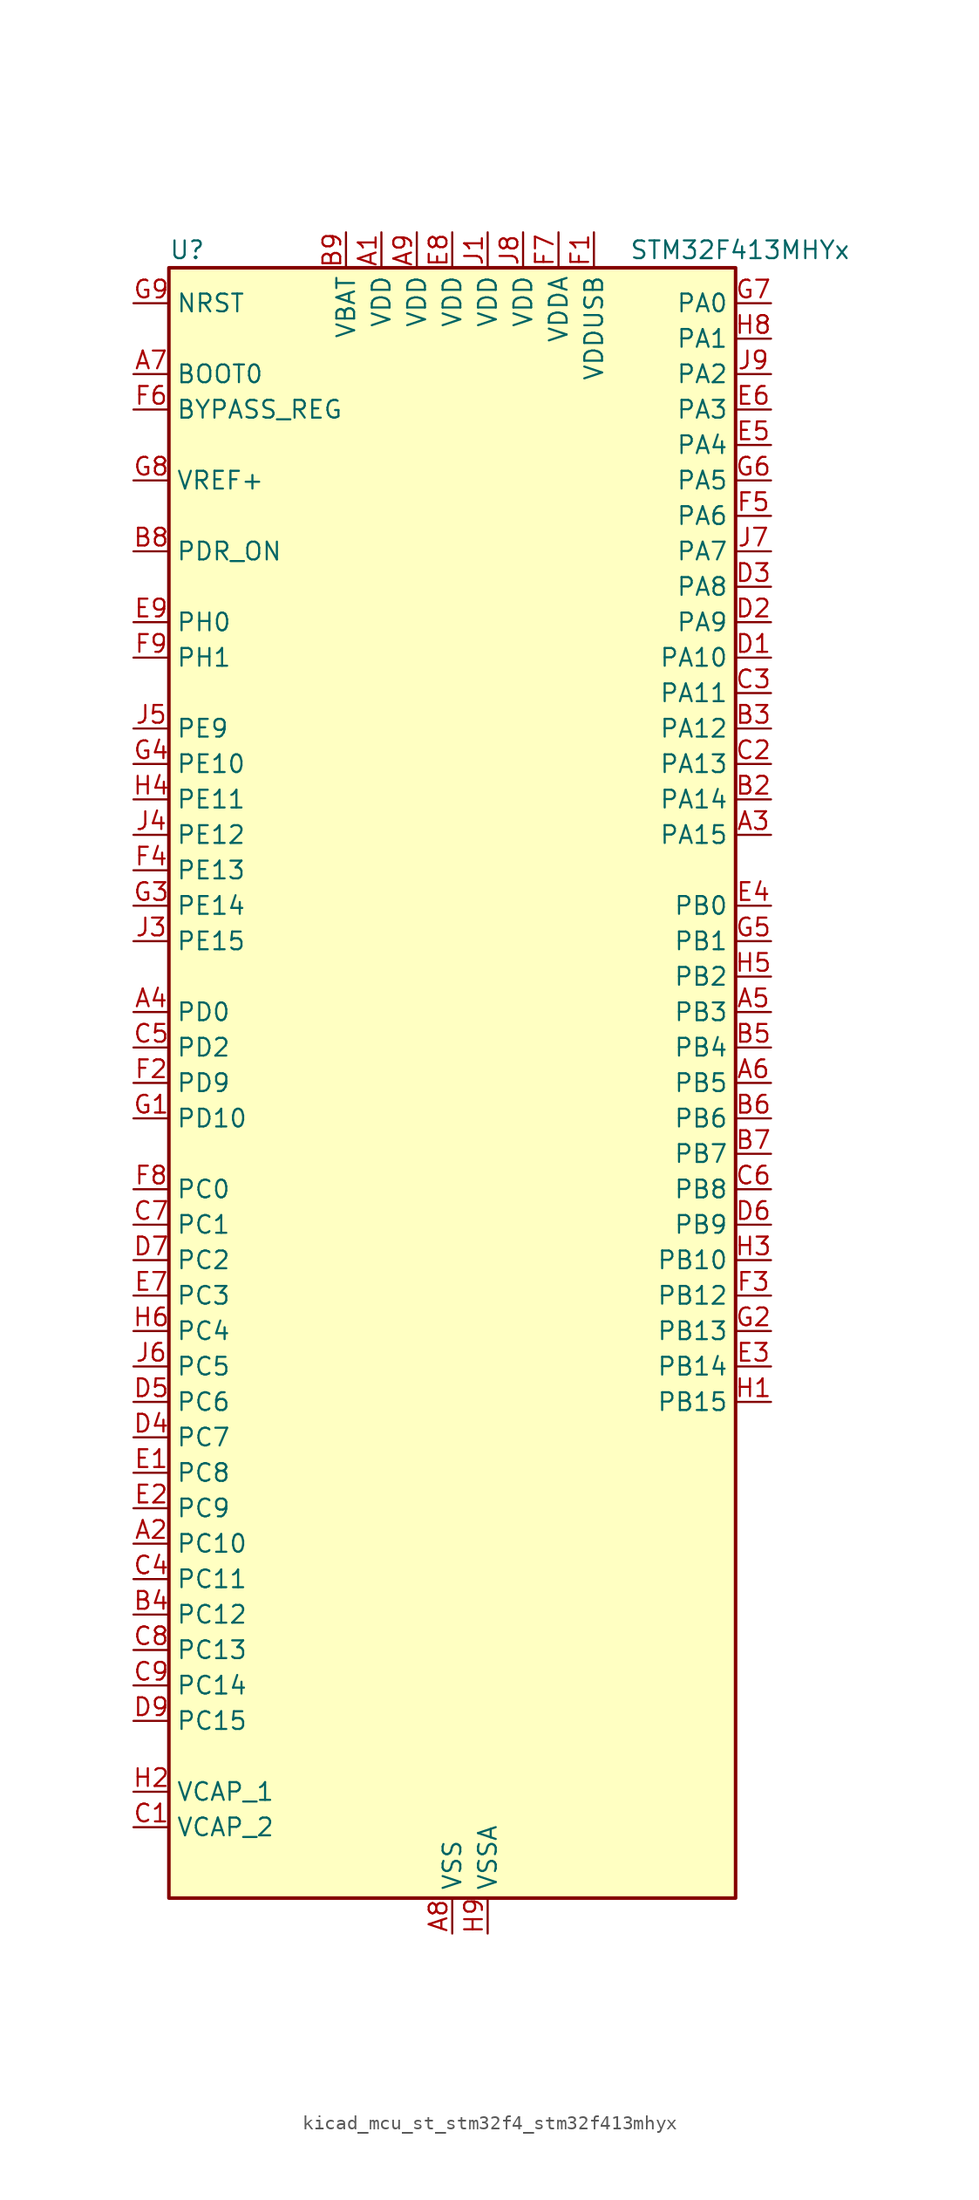
<source format=kicad_sym>
(kicad_symbol_lib
  (version 20220914)
  (generator kicad_symbol_editor)
  (symbol "kicad_mcu_st_stm32f4_stm32f413mhyx"
    (property "Reference" "U"
      (at -20.32 59.69 0)
      (effects (font (size 1.27 1.27)) (justify left)))
    (property "Value" "STM32F413MHYx"
      (at 12.7 59.69 0)
      (effects (font (size 1.27 1.27)) (justify left)))
    (property "ki_locked" ""
      (at 0 0 0)
      (effects (font (size 1.27 1.27))))
    (symbol "kicad_mcu_st_stm32f4_stm32f413mhyx_0_1"
      (rectangle (start -20.32 -58.42) (end 20.32 58.42) (stroke (width 0.254) (type default)) (fill (type background))))
    (symbol "kicad_mcu_st_stm32f4_stm32f413mhyx_1_1"
      (pin power_in line (at -5.08 60.96 270) (length 2.54) (name "VDD" (effects (font (size 1.27 1.27)))) (number "A1" (effects (font (size 1.27 1.27)))))
      (pin bidirectional line (at -22.86 -33.02 0) (length 2.54) (name "PC10" (effects (font (size 1.27 1.27)))) (number "A2" (effects (font (size 1.27 1.27)))) (alternate "DFSDM2_CKIN5" bidirectional line) (alternate "I2S3_CK" bidirectional line) (alternate "QUADSPI_BK1_IO1" bidirectional line) (alternate "SDIO_D2" bidirectional line) (alternate "SPI3_SCK" bidirectional line) (alternate "USART3_TX" bidirectional line))
      (pin bidirectional line (at 22.86 17.78 180) (length 2.54) (name "PA15" (effects (font (size 1.27 1.27)))) (number "A3" (effects (font (size 1.27 1.27)))) (alternate "ADC1_EXTI15" bidirectional line) (alternate "CAN3_TX" bidirectional line) (alternate "I2S1_WS" bidirectional line) (alternate "I2S3_WS" bidirectional line) (alternate "SAI1_MCLK_A" bidirectional line) (alternate "SPI1_NSS" bidirectional line) (alternate "SPI3_NSS" bidirectional line) (alternate "SYS_JTDI" bidirectional line) (alternate "TIM2_CH1" bidirectional line) (alternate "TIM2_ETR" bidirectional line) (alternate "UART7_TX" bidirectional line) (alternate "USART1_TX" bidirectional line))
      (pin bidirectional line (at -22.86 5.08 0) (length 2.54) (name "PD0" (effects (font (size 1.27 1.27)))) (number "A4" (effects (font (size 1.27 1.27)))) (alternate "CAN1_RX" bidirectional line) (alternate "DFSDM2_CKIN6" bidirectional line) (alternate "FSMC_D2" bidirectional line) (alternate "FSMC_DA2" bidirectional line) (alternate "UART4_RX" bidirectional line))
      (pin bidirectional line (at 22.86 5.08 180) (length 2.54) (name "PB3" (effects (font (size 1.27 1.27)))) (number "A5" (effects (font (size 1.27 1.27)))) (alternate "CAN3_RX" bidirectional line) (alternate "FMPI2C1_SDA" bidirectional line) (alternate "I2C2_SDA" bidirectional line) (alternate "I2S1_CK" bidirectional line) (alternate "I2S3_CK" bidirectional line) (alternate "SAI1_SD_A" bidirectional line) (alternate "SPI1_SCK" bidirectional line) (alternate "SPI3_SCK" bidirectional line) (alternate "SYS_JTDO-SWO" bidirectional line) (alternate "TIM2_CH2" bidirectional line) (alternate "UART7_RX" bidirectional line) (alternate "USART1_RX" bidirectional line))
      (pin bidirectional line (at 22.86 0 180) (length 2.54) (name "PB5" (effects (font (size 1.27 1.27)))) (number "A6" (effects (font (size 1.27 1.27)))) (alternate "CAN2_RX" bidirectional line) (alternate "I2C1_SMBA" bidirectional line) (alternate "I2S1_SD" bidirectional line) (alternate "I2S3_SD" bidirectional line) (alternate "LPTIM1_IN1" bidirectional line) (alternate "SAI1_FS_A" bidirectional line) (alternate "SDIO_D3" bidirectional line) (alternate "SPI1_MOSI" bidirectional line) (alternate "SPI3_MOSI" bidirectional line) (alternate "TIM3_CH2" bidirectional line) (alternate "UART5_RX" bidirectional line))
      (pin input line (at -22.86 50.8 0) (length 2.54) (name "BOOT0" (effects (font (size 1.27 1.27)))) (number "A7" (effects (font (size 1.27 1.27)))))
      (pin power_in line (at 0 -60.96 90) (length 2.54) (name "VSS" (effects (font (size 1.27 1.27)))) (number "A8" (effects (font (size 1.27 1.27)))))
      (pin power_in line (at -2.54 60.96 270) (length 2.54) (name "VDD" (effects (font (size 1.27 1.27)))) (number "A9" (effects (font (size 1.27 1.27)))))
      (pin passive line (at 0 -60.96 90) (length 2.54) hide (name "VSS" (effects (font (size 1.27 1.27)))) (number "B1" (effects (font (size 1.27 1.27)))))
      (pin bidirectional line (at 22.86 20.32 180) (length 2.54) (name "PA14" (effects (font (size 1.27 1.27)))) (number "B2" (effects (font (size 1.27 1.27)))) (alternate "SYS_JTCK-SWCLK" bidirectional line))
      (pin bidirectional line (at 22.86 25.4 180) (length 2.54) (name "PA12" (effects (font (size 1.27 1.27)))) (number "B3" (effects (font (size 1.27 1.27)))) (alternate "CAN1_TX" bidirectional line) (alternate "DFSDM2_DATIN5" bidirectional line) (alternate "SPI2_MISO" bidirectional line) (alternate "SPI5_MISO" bidirectional line) (alternate "TIM1_ETR" bidirectional line) (alternate "UART4_TX" bidirectional line) (alternate "USART1_RTS" bidirectional line) (alternate "USART6_RX" bidirectional line) (alternate "USB_OTG_FS_DP" bidirectional line))
      (pin bidirectional line (at -22.86 -38.1 0) (length 2.54) (name "PC12" (effects (font (size 1.27 1.27)))) (number "B4" (effects (font (size 1.27 1.27)))) (alternate "FSMC_D3" bidirectional line) (alternate "FSMC_DA3" bidirectional line) (alternate "I2S3_SD" bidirectional line) (alternate "SDIO_CK" bidirectional line) (alternate "SPI3_MOSI" bidirectional line) (alternate "UART5_TX" bidirectional line) (alternate "USART3_CK" bidirectional line))
      (pin bidirectional line (at 22.86 2.54 180) (length 2.54) (name "PB4" (effects (font (size 1.27 1.27)))) (number "B5" (effects (font (size 1.27 1.27)))) (alternate "CAN3_TX" bidirectional line) (alternate "I2C3_SDA" bidirectional line) (alternate "I2S3_ext_SD" bidirectional line) (alternate "SAI1_SCK_A" bidirectional line) (alternate "SDIO_D0" bidirectional line) (alternate "SPI1_MISO" bidirectional line) (alternate "SPI3_MISO" bidirectional line) (alternate "SYS_JTRST" bidirectional line) (alternate "TIM3_CH1" bidirectional line) (alternate "UART7_TX" bidirectional line))
      (pin bidirectional line (at 22.86 -2.54 180) (length 2.54) (name "PB6" (effects (font (size 1.27 1.27)))) (number "B6" (effects (font (size 1.27 1.27)))) (alternate "CAN2_TX" bidirectional line) (alternate "DFSDM2_CKIN7" bidirectional line) (alternate "I2C1_SCL" bidirectional line) (alternate "LPTIM1_ETR" bidirectional line) (alternate "QUADSPI_BK1_NCS" bidirectional line) (alternate "SDIO_D0" bidirectional line) (alternate "TIM4_CH1" bidirectional line) (alternate "UART5_TX" bidirectional line) (alternate "USART1_TX" bidirectional line))
      (pin bidirectional line (at 22.86 -5.08 180) (length 2.54) (name "PB7" (effects (font (size 1.27 1.27)))) (number "B7" (effects (font (size 1.27 1.27)))) (alternate "DFSDM2_DATIN7" bidirectional line) (alternate "FSMC_NL" bidirectional line) (alternate "I2C1_SDA" bidirectional line) (alternate "LPTIM1_IN2" bidirectional line) (alternate "TIM4_CH2" bidirectional line) (alternate "USART1_RX" bidirectional line))
      (pin input line (at -22.86 38.1 0) (length 2.54) (name "PDR_ON" (effects (font (size 1.27 1.27)))) (number "B8" (effects (font (size 1.27 1.27)))))
      (pin power_in line (at -7.62 60.96 270) (length 2.54) (name "VBAT" (effects (font (size 1.27 1.27)))) (number "B9" (effects (font (size 1.27 1.27)))))
      (pin power_out line (at -22.86 -53.34 0) (length 2.54) (name "VCAP_2" (effects (font (size 1.27 1.27)))) (number "C1" (effects (font (size 1.27 1.27)))))
      (pin bidirectional line (at 22.86 22.86 180) (length 2.54) (name "PA13" (effects (font (size 1.27 1.27)))) (number "C2" (effects (font (size 1.27 1.27)))) (alternate "SYS_JTMS-SWDIO" bidirectional line))
      (pin bidirectional line (at 22.86 27.94 180) (length 2.54) (name "PA11" (effects (font (size 1.27 1.27)))) (number "C3" (effects (font (size 1.27 1.27)))) (alternate "ADC1_EXTI11" bidirectional line) (alternate "CAN1_RX" bidirectional line) (alternate "DFSDM2_CKIN5" bidirectional line) (alternate "I2S2_WS" bidirectional line) (alternate "SPI2_NSS" bidirectional line) (alternate "SPI4_MISO" bidirectional line) (alternate "TIM1_CH4" bidirectional line) (alternate "UART4_RX" bidirectional line) (alternate "USART1_CTS" bidirectional line) (alternate "USART6_TX" bidirectional line) (alternate "USB_OTG_FS_DM" bidirectional line))
      (pin bidirectional line (at -22.86 -35.56 0) (length 2.54) (name "PC11" (effects (font (size 1.27 1.27)))) (number "C4" (effects (font (size 1.27 1.27)))) (alternate "ADC1_EXTI11" bidirectional line) (alternate "DFSDM2_DATIN5" bidirectional line) (alternate "FSMC_D2" bidirectional line) (alternate "FSMC_DA2" bidirectional line) (alternate "I2S3_ext_SD" bidirectional line) (alternate "QUADSPI_BK2_NCS" bidirectional line) (alternate "SDIO_D3" bidirectional line) (alternate "SPI3_MISO" bidirectional line) (alternate "UART4_RX" bidirectional line) (alternate "USART3_RX" bidirectional line))
      (pin bidirectional line (at -22.86 2.54 0) (length 2.54) (name "PD2" (effects (font (size 1.27 1.27)))) (number "C5" (effects (font (size 1.27 1.27)))) (alternate "DFSDM2_CKOUT" bidirectional line) (alternate "FSMC_NWE" bidirectional line) (alternate "SDIO_CMD" bidirectional line) (alternate "TIM3_ETR" bidirectional line) (alternate "UART5_RX" bidirectional line))
      (pin bidirectional line (at 22.86 -7.62 180) (length 2.54) (name "PB8" (effects (font (size 1.27 1.27)))) (number "C6" (effects (font (size 1.27 1.27)))) (alternate "CAN1_RX" bidirectional line) (alternate "DFSDM2_CKIN1" bidirectional line) (alternate "I2C1_SCL" bidirectional line) (alternate "I2C3_SDA" bidirectional line) (alternate "I2S5_SD" bidirectional line) (alternate "LPTIM1_OUT" bidirectional line) (alternate "SDIO_D4" bidirectional line) (alternate "SPI5_MOSI" bidirectional line) (alternate "TIM10_CH1" bidirectional line) (alternate "TIM4_CH3" bidirectional line) (alternate "UART5_RX" bidirectional line))
      (pin bidirectional line (at -22.86 -10.16 0) (length 2.54) (name "PC1" (effects (font (size 1.27 1.27)))) (number "C7" (effects (font (size 1.27 1.27)))) (alternate "ADC1_IN11" bidirectional line) (alternate "DFSDM2_DATIN4" bidirectional line) (alternate "LPTIM1_OUT" bidirectional line) (alternate "SAI1_SD_B" bidirectional line) (alternate "SYS_WKUP3" bidirectional line))
      (pin bidirectional line (at -22.86 -40.64 0) (length 2.54) (name "PC13" (effects (font (size 1.27 1.27)))) (number "C8" (effects (font (size 1.27 1.27)))) (alternate "RTC_AF1" bidirectional line))
      (pin bidirectional line (at -22.86 -43.18 0) (length 2.54) (name "PC14" (effects (font (size 1.27 1.27)))) (number "C9" (effects (font (size 1.27 1.27)))) (alternate "RCC_OSC32_IN" bidirectional line))
      (pin bidirectional line (at 22.86 30.48 180) (length 2.54) (name "PA10" (effects (font (size 1.27 1.27)))) (number "D1" (effects (font (size 1.27 1.27)))) (alternate "DFSDM2_DATIN3" bidirectional line) (alternate "I2S2_SD" bidirectional line) (alternate "I2S5_SD" bidirectional line) (alternate "SPI2_MOSI" bidirectional line) (alternate "SPI5_MOSI" bidirectional line) (alternate "TIM1_CH3" bidirectional line) (alternate "USART1_RX" bidirectional line) (alternate "USB_OTG_FS_ID" bidirectional line))
      (pin bidirectional line (at 22.86 33.02 180) (length 2.54) (name "PA9" (effects (font (size 1.27 1.27)))) (number "D2" (effects (font (size 1.27 1.27)))) (alternate "DAC_EXTI9" bidirectional line) (alternate "DFSDM2_CKIN3" bidirectional line) (alternate "I2C3_SMBA" bidirectional line) (alternate "I2S2_CK" bidirectional line) (alternate "SDIO_D2" bidirectional line) (alternate "SPI2_SCK" bidirectional line) (alternate "TIM1_CH2" bidirectional line) (alternate "USART1_TX" bidirectional line) (alternate "USB_OTG_FS_VBUS" bidirectional line))
      (pin bidirectional line (at 22.86 35.56 180) (length 2.54) (name "PA8" (effects (font (size 1.27 1.27)))) (number "D3" (effects (font (size 1.27 1.27)))) (alternate "CAN3_RX" bidirectional line) (alternate "DFSDM1_CKOUT" bidirectional line) (alternate "I2C3_SCL" bidirectional line) (alternate "RCC_MCO_1" bidirectional line) (alternate "SDIO_D1" bidirectional line) (alternate "TIM1_CH1" bidirectional line) (alternate "UART7_RX" bidirectional line) (alternate "USART1_CK" bidirectional line) (alternate "USB_OTG_FS_SOF" bidirectional line))
      (pin bidirectional line (at -22.86 -25.4 0) (length 2.54) (name "PC7" (effects (font (size 1.27 1.27)))) (number "D4" (effects (font (size 1.27 1.27)))) (alternate "DFSDM1_DATIN3" bidirectional line) (alternate "DFSDM2_CKIN6" bidirectional line) (alternate "FMPI2C1_SDA" bidirectional line) (alternate "I2S2_CK" bidirectional line) (alternate "I2S3_MCK" bidirectional line) (alternate "SDIO_D7" bidirectional line) (alternate "SPI2_SCK" bidirectional line) (alternate "TIM3_CH2" bidirectional line) (alternate "TIM8_CH2" bidirectional line) (alternate "USART6_RX" bidirectional line))
      (pin bidirectional line (at -22.86 -22.86 0) (length 2.54) (name "PC6" (effects (font (size 1.27 1.27)))) (number "D5" (effects (font (size 1.27 1.27)))) (alternate "DFSDM1_CKIN3" bidirectional line) (alternate "DFSDM2_DATIN6" bidirectional line) (alternate "FMPI2C1_SCL" bidirectional line) (alternate "FSMC_D1" bidirectional line) (alternate "FSMC_DA1" bidirectional line) (alternate "I2S2_MCK" bidirectional line) (alternate "SDIO_D6" bidirectional line) (alternate "TIM3_CH1" bidirectional line) (alternate "TIM8_CH1" bidirectional line) (alternate "USART6_TX" bidirectional line))
      (pin bidirectional line (at 22.86 -10.16 180) (length 2.54) (name "PB9" (effects (font (size 1.27 1.27)))) (number "D6" (effects (font (size 1.27 1.27)))) (alternate "CAN1_TX" bidirectional line) (alternate "DAC_EXTI9" bidirectional line) (alternate "DFSDM2_DATIN1" bidirectional line) (alternate "I2C1_SDA" bidirectional line) (alternate "I2C2_SDA" bidirectional line) (alternate "I2S2_WS" bidirectional line) (alternate "SDIO_D5" bidirectional line) (alternate "SPI2_NSS" bidirectional line) (alternate "TIM11_CH1" bidirectional line) (alternate "TIM4_CH4" bidirectional line) (alternate "UART5_TX" bidirectional line))
      (pin bidirectional line (at -22.86 -12.7 0) (length 2.54) (name "PC2" (effects (font (size 1.27 1.27)))) (number "D7" (effects (font (size 1.27 1.27)))) (alternate "ADC1_IN12" bidirectional line) (alternate "DFSDM1_CKOUT" bidirectional line) (alternate "DFSDM2_DATIN7" bidirectional line) (alternate "FSMC_NWE" bidirectional line) (alternate "I2S2_ext_SD" bidirectional line) (alternate "LPTIM1_IN2" bidirectional line) (alternate "SAI1_SCK_B" bidirectional line) (alternate "SPI2_MISO" bidirectional line))
      (pin passive line (at 0 -60.96 90) (length 2.54) hide (name "VSS" (effects (font (size 1.27 1.27)))) (number "D8" (effects (font (size 1.27 1.27)))))
      (pin bidirectional line (at -22.86 -45.72 0) (length 2.54) (name "PC15" (effects (font (size 1.27 1.27)))) (number "D9" (effects (font (size 1.27 1.27)))) (alternate "ADC1_EXTI15" bidirectional line) (alternate "RCC_OSC32_OUT" bidirectional line))
      (pin bidirectional line (at -22.86 -27.94 0) (length 2.54) (name "PC8" (effects (font (size 1.27 1.27)))) (number "E1" (effects (font (size 1.27 1.27)))) (alternate "DFSDM2_CKIN3" bidirectional line) (alternate "QUADSPI_BK1_IO2" bidirectional line) (alternate "SDIO_D0" bidirectional line) (alternate "TIM3_CH3" bidirectional line) (alternate "TIM8_CH3" bidirectional line) (alternate "USART6_CK" bidirectional line))
      (pin bidirectional line (at -22.86 -30.48 0) (length 2.54) (name "PC9" (effects (font (size 1.27 1.27)))) (number "E2" (effects (font (size 1.27 1.27)))) (alternate "DAC_EXTI9" bidirectional line) (alternate "DFSDM2_DATIN3" bidirectional line) (alternate "I2C3_SDA" bidirectional line) (alternate "I2S_CKIN" bidirectional line) (alternate "QUADSPI_BK1_IO0" bidirectional line) (alternate "RCC_MCO_2" bidirectional line) (alternate "SDIO_D1" bidirectional line) (alternate "TIM3_CH4" bidirectional line) (alternate "TIM8_CH4" bidirectional line))
      (pin bidirectional line (at 22.86 -20.32 180) (length 2.54) (name "PB14" (effects (font (size 1.27 1.27)))) (number "E3" (effects (font (size 1.27 1.27)))) (alternate "DFSDM1_DATIN2" bidirectional line) (alternate "FMPI2C1_SDA" bidirectional line) (alternate "FSMC_D0" bidirectional line) (alternate "FSMC_DA0" bidirectional line) (alternate "I2S2_ext_SD" bidirectional line) (alternate "SDIO_D6" bidirectional line) (alternate "SPI2_MISO" bidirectional line) (alternate "TIM12_CH1" bidirectional line) (alternate "TIM1_CH2N" bidirectional line) (alternate "TIM8_CH2N" bidirectional line) (alternate "USART3_RTS" bidirectional line))
      (pin bidirectional line (at 22.86 12.7 180) (length 2.54) (name "PB0" (effects (font (size 1.27 1.27)))) (number "E4" (effects (font (size 1.27 1.27)))) (alternate "ADC1_IN8" bidirectional line) (alternate "I2S5_CK" bidirectional line) (alternate "SPI5_SCK" bidirectional line) (alternate "TIM1_CH2N" bidirectional line) (alternate "TIM3_CH3" bidirectional line) (alternate "TIM8_CH2N" bidirectional line))
      (pin bidirectional line (at 22.86 45.72 180) (length 2.54) (name "PA4" (effects (font (size 1.27 1.27)))) (number "E5" (effects (font (size 1.27 1.27)))) (alternate "ADC1_IN4" bidirectional line) (alternate "DAC_OUT1" bidirectional line) (alternate "DFSDM1_DATIN1" bidirectional line) (alternate "FSMC_D6" bidirectional line) (alternate "FSMC_DA6" bidirectional line) (alternate "I2S1_WS" bidirectional line) (alternate "I2S3_WS" bidirectional line) (alternate "SPI1_NSS" bidirectional line) (alternate "SPI3_NSS" bidirectional line) (alternate "USART2_CK" bidirectional line))
      (pin bidirectional line (at 22.86 48.26 180) (length 2.54) (name "PA3" (effects (font (size 1.27 1.27)))) (number "E6" (effects (font (size 1.27 1.27)))) (alternate "ADC1_IN3" bidirectional line) (alternate "FSMC_D5" bidirectional line) (alternate "FSMC_DA5" bidirectional line) (alternate "I2S2_MCK" bidirectional line) (alternate "SAI1_SD_B" bidirectional line) (alternate "TIM2_CH4" bidirectional line) (alternate "TIM5_CH4" bidirectional line) (alternate "TIM9_CH2" bidirectional line) (alternate "USART2_RX" bidirectional line))
      (pin bidirectional line (at -22.86 -15.24 0) (length 2.54) (name "PC3" (effects (font (size 1.27 1.27)))) (number "E7" (effects (font (size 1.27 1.27)))) (alternate "ADC1_IN13" bidirectional line) (alternate "DFSDM2_CKIN7" bidirectional line) (alternate "FSMC_A0" bidirectional line) (alternate "I2S2_SD" bidirectional line) (alternate "LPTIM1_ETR" bidirectional line) (alternate "SAI1_FS_B" bidirectional line) (alternate "SPI2_MOSI" bidirectional line))
      (pin power_in line (at 0 60.96 270) (length 2.54) (name "VDD" (effects (font (size 1.27 1.27)))) (number "E8" (effects (font (size 1.27 1.27)))))
      (pin bidirectional line (at -22.86 33.02 0) (length 2.54) (name "PH0" (effects (font (size 1.27 1.27)))) (number "E9" (effects (font (size 1.27 1.27)))) (alternate "RCC_OSC_IN" bidirectional line))
      (pin power_in line (at 10.16 60.96 270) (length 2.54) (name "VDDUSB" (effects (font (size 1.27 1.27)))) (number "F1" (effects (font (size 1.27 1.27)))))
      (pin bidirectional line (at -22.86 0 0) (length 2.54) (name "PD9" (effects (font (size 1.27 1.27)))) (number "F2" (effects (font (size 1.27 1.27)))) (alternate "DAC_EXTI9" bidirectional line) (alternate "FSMC_D14" bidirectional line) (alternate "FSMC_DA14" bidirectional line) (alternate "USART3_RX" bidirectional line))
      (pin bidirectional line (at 22.86 -15.24 180) (length 2.54) (name "PB12" (effects (font (size 1.27 1.27)))) (number "F3" (effects (font (size 1.27 1.27)))) (alternate "CAN2_RX" bidirectional line) (alternate "DFSDM1_DATIN1" bidirectional line) (alternate "FSMC_D13" bidirectional line) (alternate "FSMC_DA13" bidirectional line) (alternate "I2C2_SMBA" bidirectional line) (alternate "I2S2_WS" bidirectional line) (alternate "I2S3_CK" bidirectional line) (alternate "I2S4_WS" bidirectional line) (alternate "SPI2_NSS" bidirectional line) (alternate "SPI3_SCK" bidirectional line) (alternate "SPI4_NSS" bidirectional line) (alternate "TIM1_BKIN" bidirectional line) (alternate "UART5_RX" bidirectional line) (alternate "USART3_CK" bidirectional line))
      (pin bidirectional line (at -22.86 15.24 0) (length 2.54) (name "PE13" (effects (font (size 1.27 1.27)))) (number "F4" (effects (font (size 1.27 1.27)))) (alternate "DFSDM2_CKIN7" bidirectional line) (alternate "FSMC_D10" bidirectional line) (alternate "FSMC_DA10" bidirectional line) (alternate "SPI4_MISO" bidirectional line) (alternate "SPI5_MISO" bidirectional line) (alternate "TIM1_CH3" bidirectional line))
      (pin bidirectional line (at 22.86 40.64 180) (length 2.54) (name "PA6" (effects (font (size 1.27 1.27)))) (number "F5" (effects (font (size 1.27 1.27)))) (alternate "ADC1_IN6" bidirectional line) (alternate "DFSDM2_CKIN1" bidirectional line) (alternate "I2S2_MCK" bidirectional line) (alternate "QUADSPI_BK2_IO0" bidirectional line) (alternate "SDIO_CMD" bidirectional line) (alternate "SPI1_MISO" bidirectional line) (alternate "TIM13_CH1" bidirectional line) (alternate "TIM1_BKIN" bidirectional line) (alternate "TIM3_CH1" bidirectional line) (alternate "TIM8_BKIN" bidirectional line))
      (pin input line (at -22.86 48.26 0) (length 2.54) (name "BYPASS_REG" (effects (font (size 1.27 1.27)))) (number "F6" (effects (font (size 1.27 1.27)))))
      (pin power_in line (at 7.62 60.96 270) (length 2.54) (name "VDDA" (effects (font (size 1.27 1.27)))) (number "F7" (effects (font (size 1.27 1.27)))))
      (pin bidirectional line (at -22.86 -7.62 0) (length 2.54) (name "PC0" (effects (font (size 1.27 1.27)))) (number "F8" (effects (font (size 1.27 1.27)))) (alternate "ADC1_IN10" bidirectional line) (alternate "DFSDM2_CKIN4" bidirectional line) (alternate "LPTIM1_IN1" bidirectional line) (alternate "SAI1_MCLK_B" bidirectional line) (alternate "SYS_WKUP2" bidirectional line))
      (pin bidirectional line (at -22.86 30.48 0) (length 2.54) (name "PH1" (effects (font (size 1.27 1.27)))) (number "F9" (effects (font (size 1.27 1.27)))) (alternate "RCC_OSC_OUT" bidirectional line))
      (pin bidirectional line (at -22.86 -2.54 0) (length 2.54) (name "PD10" (effects (font (size 1.27 1.27)))) (number "G1" (effects (font (size 1.27 1.27)))) (alternate "FSMC_D15" bidirectional line) (alternate "FSMC_DA15" bidirectional line) (alternate "UART4_TX" bidirectional line) (alternate "USART3_CK" bidirectional line))
      (pin bidirectional line (at 22.86 -17.78 180) (length 2.54) (name "PB13" (effects (font (size 1.27 1.27)))) (number "G2" (effects (font (size 1.27 1.27)))) (alternate "CAN2_TX" bidirectional line) (alternate "DFSDM1_CKIN1" bidirectional line) (alternate "FMPI2C1_SMBA" bidirectional line) (alternate "I2S2_CK" bidirectional line) (alternate "I2S4_CK" bidirectional line) (alternate "SPI2_SCK" bidirectional line) (alternate "SPI4_SCK" bidirectional line) (alternate "TIM1_CH1N" bidirectional line) (alternate "UART5_TX" bidirectional line) (alternate "USART3_CTS" bidirectional line))
      (pin bidirectional line (at -22.86 12.7 0) (length 2.54) (name "PE14" (effects (font (size 1.27 1.27)))) (number "G3" (effects (font (size 1.27 1.27)))) (alternate "DFSDM2_DATIN1" bidirectional line) (alternate "FSMC_D11" bidirectional line) (alternate "FSMC_DA11" bidirectional line) (alternate "I2S4_SD" bidirectional line) (alternate "I2S5_SD" bidirectional line) (alternate "SPI4_MOSI" bidirectional line) (alternate "SPI5_MOSI" bidirectional line) (alternate "TIM1_CH4" bidirectional line))
      (pin bidirectional line (at -22.86 22.86 0) (length 2.54) (name "PE10" (effects (font (size 1.27 1.27)))) (number "G4" (effects (font (size 1.27 1.27)))) (alternate "DFSDM2_DATIN0" bidirectional line) (alternate "FSMC_D7" bidirectional line) (alternate "FSMC_DA7" bidirectional line) (alternate "QUADSPI_BK2_IO3" bidirectional line) (alternate "TIM1_CH2N" bidirectional line))
      (pin bidirectional line (at 22.86 10.16 180) (length 2.54) (name "PB1" (effects (font (size 1.27 1.27)))) (number "G5" (effects (font (size 1.27 1.27)))) (alternate "ADC1_IN9" bidirectional line) (alternate "DFSDM1_DATIN0" bidirectional line) (alternate "I2S5_WS" bidirectional line) (alternate "QUADSPI_CLK" bidirectional line) (alternate "SPI5_NSS" bidirectional line) (alternate "TIM1_CH3N" bidirectional line) (alternate "TIM3_CH4" bidirectional line) (alternate "TIM8_CH3N" bidirectional line))
      (pin bidirectional line (at 22.86 43.18 180) (length 2.54) (name "PA5" (effects (font (size 1.27 1.27)))) (number "G6" (effects (font (size 1.27 1.27)))) (alternate "ADC1_IN5" bidirectional line) (alternate "DAC_OUT2" bidirectional line) (alternate "DFSDM1_CKIN1" bidirectional line) (alternate "FSMC_D7" bidirectional line) (alternate "FSMC_DA7" bidirectional line) (alternate "I2S1_CK" bidirectional line) (alternate "SPI1_SCK" bidirectional line) (alternate "TIM2_CH1" bidirectional line) (alternate "TIM2_ETR" bidirectional line) (alternate "TIM8_CH1N" bidirectional line))
      (pin bidirectional line (at 22.86 55.88 180) (length 2.54) (name "PA0" (effects (font (size 1.27 1.27)))) (number "G7" (effects (font (size 1.27 1.27)))) (alternate "ADC1_IN0" bidirectional line) (alternate "SYS_WKUP1" bidirectional line) (alternate "TIM2_CH1" bidirectional line) (alternate "TIM2_ETR" bidirectional line) (alternate "TIM5_CH1" bidirectional line) (alternate "TIM8_ETR" bidirectional line) (alternate "UART4_TX" bidirectional line) (alternate "USART2_CTS" bidirectional line))
      (pin input line (at -22.86 43.18 0) (length 2.54) (name "VREF+" (effects (font (size 1.27 1.27)))) (number "G8" (effects (font (size 1.27 1.27)))))
      (pin input line (at -22.86 55.88 0) (length 2.54) (name "NRST" (effects (font (size 1.27 1.27)))) (number "G9" (effects (font (size 1.27 1.27)))))
      (pin bidirectional line (at 22.86 -22.86 180) (length 2.54) (name "PB15" (effects (font (size 1.27 1.27)))) (number "H1" (effects (font (size 1.27 1.27)))) (alternate "ADC1_EXTI15" bidirectional line) (alternate "DFSDM1_CKIN2" bidirectional line) (alternate "FMPI2C1_SCL" bidirectional line) (alternate "I2S2_SD" bidirectional line) (alternate "RTC_REFIN" bidirectional line) (alternate "SDIO_CK" bidirectional line) (alternate "SPI2_MOSI" bidirectional line) (alternate "TIM12_CH2" bidirectional line) (alternate "TIM1_CH3N" bidirectional line) (alternate "TIM8_CH3N" bidirectional line))
      (pin power_out line (at -22.86 -50.8 0) (length 2.54) (name "VCAP_1" (effects (font (size 1.27 1.27)))) (number "H2" (effects (font (size 1.27 1.27)))))
      (pin bidirectional line (at 22.86 -12.7 180) (length 2.54) (name "PB10" (effects (font (size 1.27 1.27)))) (number "H3" (effects (font (size 1.27 1.27)))) (alternate "DFSDM2_CKOUT" bidirectional line) (alternate "FMPI2C1_SCL" bidirectional line) (alternate "I2C2_SCL" bidirectional line) (alternate "I2S2_CK" bidirectional line) (alternate "I2S3_MCK" bidirectional line) (alternate "SDIO_D7" bidirectional line) (alternate "SPI2_SCK" bidirectional line) (alternate "TIM2_CH3" bidirectional line) (alternate "USART3_TX" bidirectional line))
      (pin bidirectional line (at -22.86 20.32 0) (length 2.54) (name "PE11" (effects (font (size 1.27 1.27)))) (number "H4" (effects (font (size 1.27 1.27)))) (alternate "ADC1_EXTI11" bidirectional line) (alternate "DFSDM2_CKIN0" bidirectional line) (alternate "FSMC_D8" bidirectional line) (alternate "FSMC_DA8" bidirectional line) (alternate "I2S4_WS" bidirectional line) (alternate "I2S5_WS" bidirectional line) (alternate "SPI4_NSS" bidirectional line) (alternate "SPI5_NSS" bidirectional line) (alternate "TIM1_CH2" bidirectional line))
      (pin bidirectional line (at 22.86 7.62 180) (length 2.54) (name "PB2" (effects (font (size 1.27 1.27)))) (number "H5" (effects (font (size 1.27 1.27)))) (alternate "DFSDM1_CKIN0" bidirectional line) (alternate "LPTIM1_OUT" bidirectional line) (alternate "QUADSPI_CLK" bidirectional line))
      (pin bidirectional line (at -22.86 -17.78 0) (length 2.54) (name "PC4" (effects (font (size 1.27 1.27)))) (number "H6" (effects (font (size 1.27 1.27)))) (alternate "ADC1_IN14" bidirectional line) (alternate "DFSDM2_CKIN2" bidirectional line) (alternate "FSMC_NE4" bidirectional line) (alternate "I2S1_MCK" bidirectional line) (alternate "QUADSPI_BK2_IO2" bidirectional line))
      (pin passive line (at 0 -60.96 90) (length 2.54) hide (name "VSS" (effects (font (size 1.27 1.27)))) (number "H7" (effects (font (size 1.27 1.27)))))
      (pin bidirectional line (at 22.86 53.34 180) (length 2.54) (name "PA1" (effects (font (size 1.27 1.27)))) (number "H8" (effects (font (size 1.27 1.27)))) (alternate "ADC1_IN1" bidirectional line) (alternate "I2S4_SD" bidirectional line) (alternate "QUADSPI_BK1_IO3" bidirectional line) (alternate "SPI4_MOSI" bidirectional line) (alternate "TIM2_CH2" bidirectional line) (alternate "TIM5_CH2" bidirectional line) (alternate "UART4_RX" bidirectional line) (alternate "USART2_RTS" bidirectional line))
      (pin power_in line (at 2.54 -60.96 90) (length 2.54) (name "VSSA" (effects (font (size 1.27 1.27)))) (number "H9" (effects (font (size 1.27 1.27)))))
      (pin power_in line (at 2.54 60.96 270) (length 2.54) (name "VDD" (effects (font (size 1.27 1.27)))) (number "J1" (effects (font (size 1.27 1.27)))))
      (pin passive line (at 0 -60.96 90) (length 2.54) hide (name "VSS" (effects (font (size 1.27 1.27)))) (number "J2" (effects (font (size 1.27 1.27)))))
      (pin bidirectional line (at -22.86 10.16 0) (length 2.54) (name "PE15" (effects (font (size 1.27 1.27)))) (number "J3" (effects (font (size 1.27 1.27)))) (alternate "ADC1_EXTI15" bidirectional line) (alternate "DFSDM2_CKIN1" bidirectional line) (alternate "FSMC_D12" bidirectional line) (alternate "FSMC_DA12" bidirectional line) (alternate "TIM1_BKIN" bidirectional line))
      (pin bidirectional line (at -22.86 17.78 0) (length 2.54) (name "PE12" (effects (font (size 1.27 1.27)))) (number "J4" (effects (font (size 1.27 1.27)))) (alternate "DFSDM2_DATIN7" bidirectional line) (alternate "FSMC_D9" bidirectional line) (alternate "FSMC_DA9" bidirectional line) (alternate "I2S4_CK" bidirectional line) (alternate "I2S5_CK" bidirectional line) (alternate "SPI4_SCK" bidirectional line) (alternate "SPI5_SCK" bidirectional line) (alternate "TIM1_CH3N" bidirectional line))
      (pin bidirectional line (at -22.86 25.4 0) (length 2.54) (name "PE9" (effects (font (size 1.27 1.27)))) (number "J5" (effects (font (size 1.27 1.27)))) (alternate "DAC_EXTI9" bidirectional line) (alternate "DFSDM1_CKOUT" bidirectional line) (alternate "FSMC_D6" bidirectional line) (alternate "FSMC_DA6" bidirectional line) (alternate "QUADSPI_BK2_IO2" bidirectional line) (alternate "TIM1_CH1" bidirectional line))
      (pin bidirectional line (at -22.86 -20.32 0) (length 2.54) (name "PC5" (effects (font (size 1.27 1.27)))) (number "J6" (effects (font (size 1.27 1.27)))) (alternate "ADC1_IN15" bidirectional line) (alternate "DFSDM2_DATIN2" bidirectional line) (alternate "FMPI2C1_SMBA" bidirectional line) (alternate "FSMC_NOE" bidirectional line) (alternate "QUADSPI_BK2_IO3" bidirectional line) (alternate "USART3_RX" bidirectional line))
      (pin bidirectional line (at 22.86 38.1 180) (length 2.54) (name "PA7" (effects (font (size 1.27 1.27)))) (number "J7" (effects (font (size 1.27 1.27)))) (alternate "ADC1_IN7" bidirectional line) (alternate "DFSDM2_DATIN1" bidirectional line) (alternate "I2S1_SD" bidirectional line) (alternate "QUADSPI_BK2_IO1" bidirectional line) (alternate "SPI1_MOSI" bidirectional line) (alternate "TIM14_CH1" bidirectional line) (alternate "TIM1_CH1N" bidirectional line) (alternate "TIM3_CH2" bidirectional line) (alternate "TIM8_CH1N" bidirectional line))
      (pin power_in line (at 5.08 60.96 270) (length 2.54) (name "VDD" (effects (font (size 1.27 1.27)))) (number "J8" (effects (font (size 1.27 1.27)))))
      (pin bidirectional line (at 22.86 50.8 180) (length 2.54) (name "PA2" (effects (font (size 1.27 1.27)))) (number "J9" (effects (font (size 1.27 1.27)))) (alternate "ADC1_IN2" bidirectional line) (alternate "FSMC_D4" bidirectional line) (alternate "FSMC_DA4" bidirectional line) (alternate "I2S_CKIN" bidirectional line) (alternate "TIM2_CH3" bidirectional line) (alternate "TIM5_CH3" bidirectional line) (alternate "TIM9_CH1" bidirectional line) (alternate "USART2_TX" bidirectional line)))))
</source>
